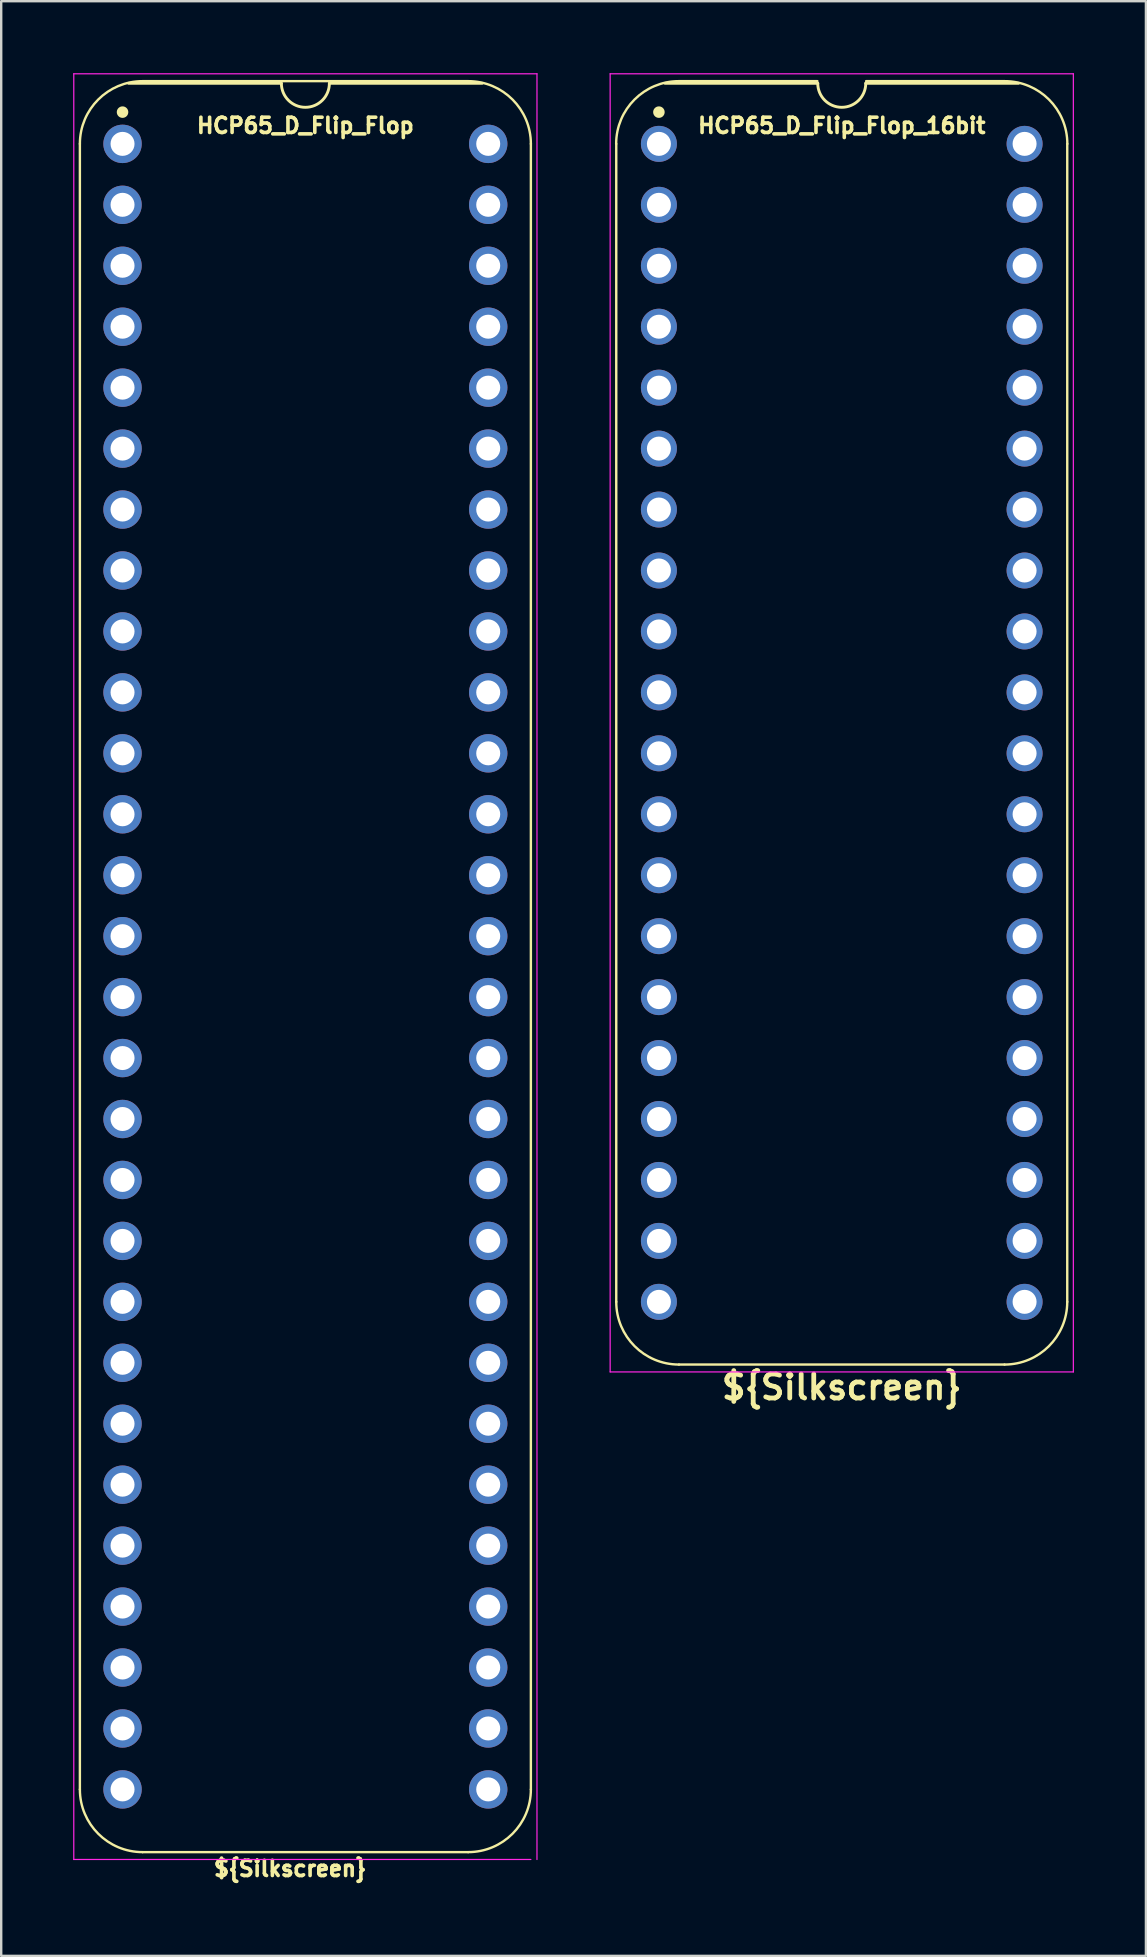
<source format=kicad_pcb>
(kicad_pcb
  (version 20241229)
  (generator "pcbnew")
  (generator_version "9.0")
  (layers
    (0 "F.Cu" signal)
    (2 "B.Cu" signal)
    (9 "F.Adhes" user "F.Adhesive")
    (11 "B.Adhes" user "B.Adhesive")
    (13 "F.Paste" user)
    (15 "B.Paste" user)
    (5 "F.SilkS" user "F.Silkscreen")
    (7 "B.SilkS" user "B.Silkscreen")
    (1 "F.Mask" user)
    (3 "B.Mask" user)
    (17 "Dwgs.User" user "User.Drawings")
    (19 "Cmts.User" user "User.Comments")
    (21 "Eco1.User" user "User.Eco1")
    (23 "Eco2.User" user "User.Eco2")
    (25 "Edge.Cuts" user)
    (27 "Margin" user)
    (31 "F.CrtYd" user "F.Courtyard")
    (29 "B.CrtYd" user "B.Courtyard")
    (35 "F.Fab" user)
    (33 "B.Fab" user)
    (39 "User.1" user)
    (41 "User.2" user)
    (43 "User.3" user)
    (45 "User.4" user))
  (footprint "HCP65_D_Flip_Flop_16bit"
    (layer "F.Cu")
    (at 24.411 2.946)
    (property "Reference" "HCP65_D_Flip_Flop_16bit" (at 7.62 -0.762 0) (layer "F.SilkS") (effects (font (size 0.635 0.635) (thickness 0.15))))
    (property "Silkscreen" "${Silkscreen}" (at 7.62 51.816 0) (layer "F.SilkS") (effects (font (size 1 1) (thickness 0.2))))
    (attr through_hole)
    (fp_line (start -1.778 48.26) (end -1.778 0) (stroke (width 0.1) (type solid)) (layer "F.SilkS"))
    (fp_line (start 0.832 -2.614) (end 6.604 -2.614) (stroke (width 0.1) (type solid)) (layer "F.SilkS"))
    (fp_line (start 6.62 -2.524) (end 0.254 -2.524) (stroke (width 0.12) (type solid)) (layer "F.SilkS"))
    (fp_line (start 8.636 -2.614) (end 14.408 -2.614) (stroke (width 0.1) (type solid)) (layer "F.SilkS"))
    (fp_line (start 14.404 50.874) (end 0.836 50.874) (stroke (width 0.1) (type solid)) (layer "F.SilkS"))
    (fp_line (start 14.986 -2.524) (end 8.62 -2.524) (stroke (width 0.12) (type solid)) (layer "F.SilkS"))
    (fp_line (start 17.018 48.26) (end 17.018 0) (stroke (width 0.1) (type solid)) (layer "F.SilkS"))
    (fp_arc (start -1.781544 0) (mid -1.016 -1.848188) (end 0.832188 -2.613732) (stroke (width 0.1) (type solid)) (layer "F.SilkS"))
    (fp_arc (start 0.835733 50.873733) (mid -1.012456 50.108189) (end -1.778 48.26) (stroke (width 0.1) (type solid)) (layer "F.SilkS"))
    (fp_arc (start 8.62 -2.524) (mid 7.62 -1.524) (end 6.62 -2.524) (stroke (width 0.12) (type solid)) (layer "F.SilkS"))
    (fp_arc (start 14.407812 -2.613732) (mid 16.256 -1.848188) (end 17.021544 0) (stroke (width 0.1) (type solid)) (layer "F.SilkS"))
    (fp_arc (start 17.018001 48.260001) (mid 16.252456 50.108188) (end 14.404269 50.873733) (stroke (width 0.1) (type solid)) (layer "F.SilkS"))
    (fp_circle (center 0 -1.323) (end 0.18 -1.323) (stroke (width 0.12) (type solid)) (fill yes) (layer "F.SilkS"))
    (fp_line (start -2.032 -2.921) (end -2.032 51.181) (stroke (width 0.05) (type solid)) (layer "F.CrtYd"))
    (fp_line (start -2.032 -2.921) (end 17.272 -2.921) (stroke (width 0.05) (type solid)) (layer "F.CrtYd"))
    (fp_line (start -2.032 51.181) (end 17.272 51.181) (stroke (width 0.05) (type solid)) (layer "F.CrtYd"))
    (fp_line (start 17.272 -2.921) (end 17.272 51.181) (stroke (width 0.05) (type solid)) (layer "F.CrtYd"))
    (pad "1" thru_hole circle (at 0 0) (size 1.5 1.5) (drill 1) (layers "*.Cu" "*.Mask"))
    (pad "2" thru_hole circle (at 0 2.54) (size 1.5 1.5) (drill 1) (layers "*.Cu" "*.Mask"))
    (pad "3" thru_hole circle (at 0 5.08) (size 1.5 1.5) (drill 1) (layers "*.Cu" "*.Mask"))
    (pad "4" thru_hole circle (at 0 7.62) (size 1.5 1.5) (drill 1) (layers "*.Cu" "*.Mask"))
    (pad "5" thru_hole circle (at 0 10.16) (size 1.5 1.5) (drill 1) (layers "*.Cu" "*.Mask"))
    (pad "6" thru_hole circle (at 0 12.7) (size 1.5 1.5) (drill 1) (layers "*.Cu" "*.Mask"))
    (pad "7" thru_hole circle (at 0 15.24) (size 1.5 1.5) (drill 1) (layers "*.Cu" "*.Mask"))
    (pad "8" thru_hole circle (at 0 17.78) (size 1.5 1.5) (drill 1) (layers "*.Cu" "*.Mask"))
    (pad "9" thru_hole circle (at 0 20.32) (size 1.5 1.5) (drill 1) (layers "*.Cu" "*.Mask"))
    (pad "10" thru_hole circle (at 0 22.86) (size 1.5 1.5) (drill 1) (layers "*.Cu" "*.Mask"))
    (pad "11" thru_hole circle (at 0 25.4) (size 1.5 1.5) (drill 1) (layers "*.Cu" "*.Mask"))
    (pad "12" thru_hole circle (at 0 27.94) (size 1.5 1.5) (drill 1) (layers "*.Cu" "*.Mask"))
    (pad "13" thru_hole circle (at 0 30.48) (size 1.5 1.5) (drill 1) (layers "*.Cu" "*.Mask"))
    (pad "14" thru_hole circle (at 0 33.02) (size 1.5 1.5) (drill 1) (layers "*.Cu" "*.Mask"))
    (pad "15" thru_hole circle (at 0 35.56) (size 1.5 1.5) (drill 1) (layers "*.Cu" "*.Mask"))
    (pad "16" thru_hole circle (at 0 38.1) (size 1.5 1.5) (drill 1) (layers "*.Cu" "*.Mask"))
    (pad "17" thru_hole circle (at 0 40.64) (size 1.5 1.5) (drill 1) (layers "*.Cu" "*.Mask"))
    (pad "18" thru_hole circle (at 0 43.18) (size 1.5 1.5) (drill 1) (layers "*.Cu" "*.Mask"))
    (pad "19" thru_hole circle (at 0 45.72) (size 1.5 1.5) (drill 1) (layers "*.Cu" "*.Mask"))
    (pad "20" thru_hole circle (at 0 48.26) (size 1.5 1.5) (drill 1) (layers "*.Cu" "*.Mask"))
    (pad "21" thru_hole circle (at 15.24 48.26) (size 1.5 1.5) (drill 1) (layers "*.Cu" "*.Mask"))
    (pad "22" thru_hole circle (at 15.24 45.72) (size 1.5 1.5) (drill 1) (layers "*.Cu" "*.Mask"))
    (pad "23" thru_hole circle (at 15.24 43.18) (size 1.5 1.5) (drill 1) (layers "*.Cu" "*.Mask"))
    (pad "24" thru_hole circle (at 15.24 40.64) (size 1.5 1.5) (drill 1) (layers "*.Cu" "*.Mask"))
    (pad "25" thru_hole circle (at 15.24 38.1) (size 1.5 1.5) (drill 1) (layers "*.Cu" "*.Mask"))
    (pad "26" thru_hole circle (at 15.24 35.56) (size 1.5 1.5) (drill 1) (layers "*.Cu" "*.Mask"))
    (pad "27" thru_hole circle (at 15.24 33.02) (size 1.5 1.5) (drill 1) (layers "*.Cu" "*.Mask"))
    (pad "28" thru_hole circle (at 15.24 30.48) (size 1.5 1.5) (drill 1) (layers "*.Cu" "*.Mask"))
    (pad "29" thru_hole circle (at 15.24 27.94) (size 1.5 1.5) (drill 1) (layers "*.Cu" "*.Mask"))
    (pad "30" thru_hole circle (at 15.24 25.4) (size 1.5 1.5) (drill 1) (layers "*.Cu" "*.Mask"))
    (pad "31" thru_hole circle (at 15.24 22.86) (size 1.5 1.5) (drill 1) (layers "*.Cu" "*.Mask"))
    (pad "32" thru_hole circle (at 15.24 20.32) (size 1.5 1.5) (drill 1) (layers "*.Cu" "*.Mask"))
    (pad "33" thru_hole circle (at 15.24 17.78) (size 1.5 1.5) (drill 1) (layers "*.Cu" "*.Mask"))
    (pad "34" thru_hole circle (at 15.24 15.24) (size 1.5 1.5) (drill 1) (layers "*.Cu" "*.Mask"))
    (pad "35" thru_hole circle (at 15.24 12.7) (size 1.5 1.5) (drill 1) (layers "*.Cu" "*.Mask"))
    (pad "36" thru_hole circle (at 15.24 10.16) (size 1.5 1.5) (drill 1) (layers "*.Cu" "*.Mask"))
    (pad "37" thru_hole circle (at 15.24 7.62) (size 1.5 1.5) (drill 1) (layers "*.Cu" "*.Mask"))
    (pad "38" thru_hole circle (at 15.24 5.08) (size 1.5 1.5) (drill 1) (layers "*.Cu" "*.Mask"))
    (pad "39" thru_hole circle (at 15.24 2.54) (size 1.5 1.5) (drill 1) (layers "*.Cu" "*.Mask"))
    (pad "40" thru_hole circle (at 15.24 0) (size 1.5 1.5) (drill 1) (layers "*.Cu" "*.Mask")))
  (footprint "HCP65_D_Flip_Flop"
    (layer "F.Cu")
    (at 2.057 2.946)
    (property "Reference" "HCP65_D_Flip_Flop" (at 7.62 -0.762 0) (layer "F.SilkS") (effects (font (size 0.635 0.635) (thickness 0.15))))
    (attr through_hole)
    (fp_line (start -1.778 68.58) (end -1.778 0) (stroke (width 0.1) (type solid)) (layer "F.SilkS"))
    (fp_line (start 0.836 -2.614) (end 14.404 -2.614) (stroke (width 0.1) (type solid)) (layer "F.SilkS"))
    (fp_line (start 6.62 -2.524) (end 0.254 -2.524) (stroke (width 0.12) (type solid)) (layer "F.SilkS"))
    (fp_line (start 14.404 71.194) (end 0.836 71.194) (stroke (width 0.1) (type solid)) (layer "F.SilkS"))
    (fp_line (start 14.986 -2.524) (end 8.62 -2.524) (stroke (width 0.12) (type solid)) (layer "F.SilkS"))
    (fp_line (start 17.018 68.58) (end 17.018 0) (stroke (width 0.1) (type solid)) (layer "F.SilkS"))
    (fp_arc (start -1.778 0) (mid -1.012456 -1.848188) (end 0.835732 -2.613732) (stroke (width 0.1) (type solid)) (layer "F.SilkS"))
    (fp_arc (start 0.835733 71.193733) (mid -1.012456 70.428189) (end -1.778 68.58) (stroke (width 0.1) (type solid)) (layer "F.SilkS"))
    (fp_arc (start 8.62 -2.524) (mid 7.62 -1.524) (end 6.62 -2.524) (stroke (width 0.12) (type solid)) (layer "F.SilkS"))
    (fp_arc (start 14.404268 -2.613732) (mid 16.252456 -1.848188) (end 17.018 0) (stroke (width 0.1) (type solid)) (layer "F.SilkS"))
    (fp_arc (start 17.018001 68.580001) (mid 16.252456 70.428188) (end 14.404269 71.193733) (stroke (width 0.1) (type solid)) (layer "F.SilkS"))
    (fp_circle (center 0 -1.323) (end 0.18 -1.323) (stroke (width 0.12) (type solid)) (fill yes) (layer "F.SilkS"))
    (fp_line (start -2.032 -2.921) (end -2.032 71.501) (stroke (width 0.05) (type solid)) (layer "F.CrtYd"))
    (fp_line (start -2.032 -2.921) (end 17.272 -2.921) (stroke (width 0.05) (type solid)) (layer "F.CrtYd"))
    (fp_line (start -2.032 71.501) (end 17.018 71.501) (stroke (width 0.05) (type solid)) (layer "F.CrtYd"))
    (fp_line (start 17.272 -2.921) (end 17.272 71.501) (stroke (width 0.05) (type solid)) (layer "F.CrtYd"))
    (fp_text user "${Silkscreen}" (at 6.985 71.882 0) (layer "F.SilkS") (effects (font (size 0.635 0.635) (thickness 0.15))))
    (pad "1" thru_hole circle (at 0 0) (size 1.6 1.6) (drill 1) (layers "*.Cu" "*.Mask"))
    (pad "2" thru_hole circle (at 0 2.54) (size 1.6 1.6) (drill 1) (layers "*.Cu" "*.Mask"))
    (pad "3" thru_hole circle (at 0 5.08) (size 1.6 1.6) (drill 1) (layers "*.Cu" "*.Mask"))
    (pad "4" thru_hole circle (at 0 7.62) (size 1.6 1.6) (drill 1) (layers "*.Cu" "*.Mask"))
    (pad "5" thru_hole circle (at 0 10.16) (size 1.6 1.6) (drill 1) (layers "*.Cu" "*.Mask"))
    (pad "6" thru_hole circle (at 0 12.7) (size 1.6 1.6) (drill 1) (layers "*.Cu" "*.Mask"))
    (pad "7" thru_hole circle (at 0 15.24) (size 1.6 1.6) (drill 1) (layers "*.Cu" "*.Mask"))
    (pad "8" thru_hole circle (at 0 17.78) (size 1.6 1.6) (drill 1) (layers "*.Cu" "*.Mask"))
    (pad "9" thru_hole circle (at 0 20.32) (size 1.6 1.6) (drill 1) (layers "*.Cu" "*.Mask"))
    (pad "10" thru_hole circle (at 0 22.86) (size 1.6 1.6) (drill 1) (layers "*.Cu" "*.Mask"))
    (pad "11" thru_hole circle (at 0 25.4) (size 1.6 1.6) (drill 1) (layers "*.Cu" "*.Mask"))
    (pad "12" thru_hole circle (at 0 27.94) (size 1.6 1.6) (drill 1) (layers "*.Cu" "*.Mask"))
    (pad "13" thru_hole circle (at 0 30.48) (size 1.6 1.6) (drill 1) (layers "*.Cu" "*.Mask"))
    (pad "14" thru_hole circle (at 0 33.02) (size 1.6 1.6) (drill 1) (layers "*.Cu" "*.Mask"))
    (pad "15" thru_hole circle (at 0 35.56) (size 1.6 1.6) (drill 1) (layers "*.Cu" "*.Mask"))
    (pad "16" thru_hole circle (at 0 38.1) (size 1.6 1.6) (drill 1) (layers "*.Cu" "*.Mask"))
    (pad "17" thru_hole circle (at 0 40.64) (size 1.6 1.6) (drill 1) (layers "*.Cu" "*.Mask"))
    (pad "18" thru_hole circle (at 0 43.18) (size 1.6 1.6) (drill 1) (layers "*.Cu" "*.Mask"))
    (pad "19" thru_hole circle (at 0 45.72) (size 1.6 1.6) (drill 1) (layers "*.Cu" "*.Mask"))
    (pad "20" thru_hole circle (at 0 48.26) (size 1.6 1.6) (drill 1) (layers "*.Cu" "*.Mask"))
    (pad "21" thru_hole circle (at 0 50.8) (size 1.6 1.6) (drill 1) (layers "*.Cu" "*.Mask"))
    (pad "22" thru_hole circle (at 0 53.34) (size 1.6 1.6) (drill 1) (layers "*.Cu" "*.Mask"))
    (pad "23" thru_hole circle (at 0 55.88) (size 1.6 1.6) (drill 1) (layers "*.Cu" "*.Mask"))
    (pad "24" thru_hole circle (at 0 58.42) (size 1.6 1.6) (drill 1) (layers "*.Cu" "*.Mask"))
    (pad "25" thru_hole circle (at 0 60.96) (size 1.6 1.6) (drill 1) (layers "*.Cu" "*.Mask"))
    (pad "26" thru_hole circle (at 0 63.5) (size 1.6 1.6) (drill 1) (layers "*.Cu" "*.Mask"))
    (pad "27" thru_hole circle (at 0 66.04) (size 1.6 1.6) (drill 1) (layers "*.Cu" "*.Mask"))
    (pad "28" thru_hole circle (at 0 68.58) (size 1.6 1.6) (drill 1) (layers "*.Cu" "*.Mask"))
    (pad "29" thru_hole circle (at 15.24 68.58) (size 1.6 1.6) (drill 1) (layers "*.Cu" "*.Mask"))
    (pad "30" thru_hole circle (at 15.24 66.04) (size 1.6 1.6) (drill 1) (layers "*.Cu" "*.Mask"))
    (pad "31" thru_hole circle (at 15.24 63.5) (size 1.6 1.6) (drill 1) (layers "*.Cu" "*.Mask"))
    (pad "32" thru_hole circle (at 15.24 60.96) (size 1.6 1.6) (drill 1) (layers "*.Cu" "*.Mask"))
    (pad "33" thru_hole circle (at 15.24 58.42) (size 1.6 1.6) (drill 1) (layers "*.Cu" "*.Mask"))
    (pad "34" thru_hole circle (at 15.24 55.88) (size 1.6 1.6) (drill 1) (layers "*.Cu" "*.Mask"))
    (pad "35" thru_hole circle (at 15.24 53.34) (size 1.6 1.6) (drill 1) (layers "*.Cu" "*.Mask"))
    (pad "36" thru_hole circle (at 15.24 50.8) (size 1.6 1.6) (drill 1) (layers "*.Cu" "*.Mask"))
    (pad "37" thru_hole circle (at 15.24 48.26) (size 1.6 1.6) (drill 1) (layers "*.Cu" "*.Mask"))
    (pad "38" thru_hole circle (at 15.24 45.72) (size 1.6 1.6) (drill 1) (layers "*.Cu" "*.Mask"))
    (pad "39" thru_hole circle (at 15.24 43.18) (size 1.6 1.6) (drill 1) (layers "*.Cu" "*.Mask"))
    (pad "40" thru_hole circle (at 15.24 40.64) (size 1.6 1.6) (drill 1) (layers "*.Cu" "*.Mask"))
    (pad "41" thru_hole circle (at 15.24 38.1) (size 1.6 1.6) (drill 1) (layers "*.Cu" "*.Mask"))
    (pad "42" thru_hole circle (at 15.24 35.56) (size 1.6 1.6) (drill 1) (layers "*.Cu" "*.Mask"))
    (pad "43" thru_hole circle (at 15.24 33.02) (size 1.6 1.6) (drill 1) (layers "*.Cu" "*.Mask"))
    (pad "44" thru_hole circle (at 15.24 30.48) (size 1.6 1.6) (drill 1) (layers "*.Cu" "*.Mask"))
    (pad "45" thru_hole circle (at 15.24 27.94) (size 1.6 1.6) (drill 1) (layers "*.Cu" "*.Mask"))
    (pad "46" thru_hole circle (at 15.24 25.4) (size 1.6 1.6) (drill 1) (layers "*.Cu" "*.Mask"))
    (pad "47" thru_hole circle (at 15.24 22.86) (size 1.6 1.6) (drill 1) (layers "*.Cu" "*.Mask"))
    (pad "48" thru_hole circle (at 15.24 20.32) (size 1.6 1.6) (drill 1) (layers "*.Cu" "*.Mask"))
    (pad "49" thru_hole circle (at 15.24 17.78) (size 1.6 1.6) (drill 1) (layers "*.Cu" "*.Mask"))
    (pad "50" thru_hole circle (at 15.24 15.24) (size 1.6 1.6) (drill 1) (layers "*.Cu" "*.Mask"))
    (pad "51" thru_hole circle (at 15.24 12.7) (size 1.6 1.6) (drill 1) (layers "*.Cu" "*.Mask"))
    (pad "52" thru_hole circle (at 15.24 10.16) (size 1.6 1.6) (drill 1) (layers "*.Cu" "*.Mask"))
    (pad "53" thru_hole circle (at 15.24 7.62) (size 1.6 1.6) (drill 1) (layers "*.Cu" "*.Mask"))
    (pad "54" thru_hole circle (at 15.24 5.08) (size 1.6 1.6) (drill 1) (layers "*.Cu" "*.Mask"))
    (pad "55" thru_hole circle (at 15.24 2.54) (size 1.6 1.6) (drill 1) (layers "*.Cu" "*.Mask"))
    (pad "56" thru_hole circle (at 15.24 0) (size 1.6 1.6) (drill 1) (layers "*.Cu" "*.Mask")))
  (gr_rect
    (start -3 -3)
    (end 44.708 78.463)
    (stroke (width 0.1) (type default))
    (fill no)
    (layer "Edge.Cuts")))
</source>
